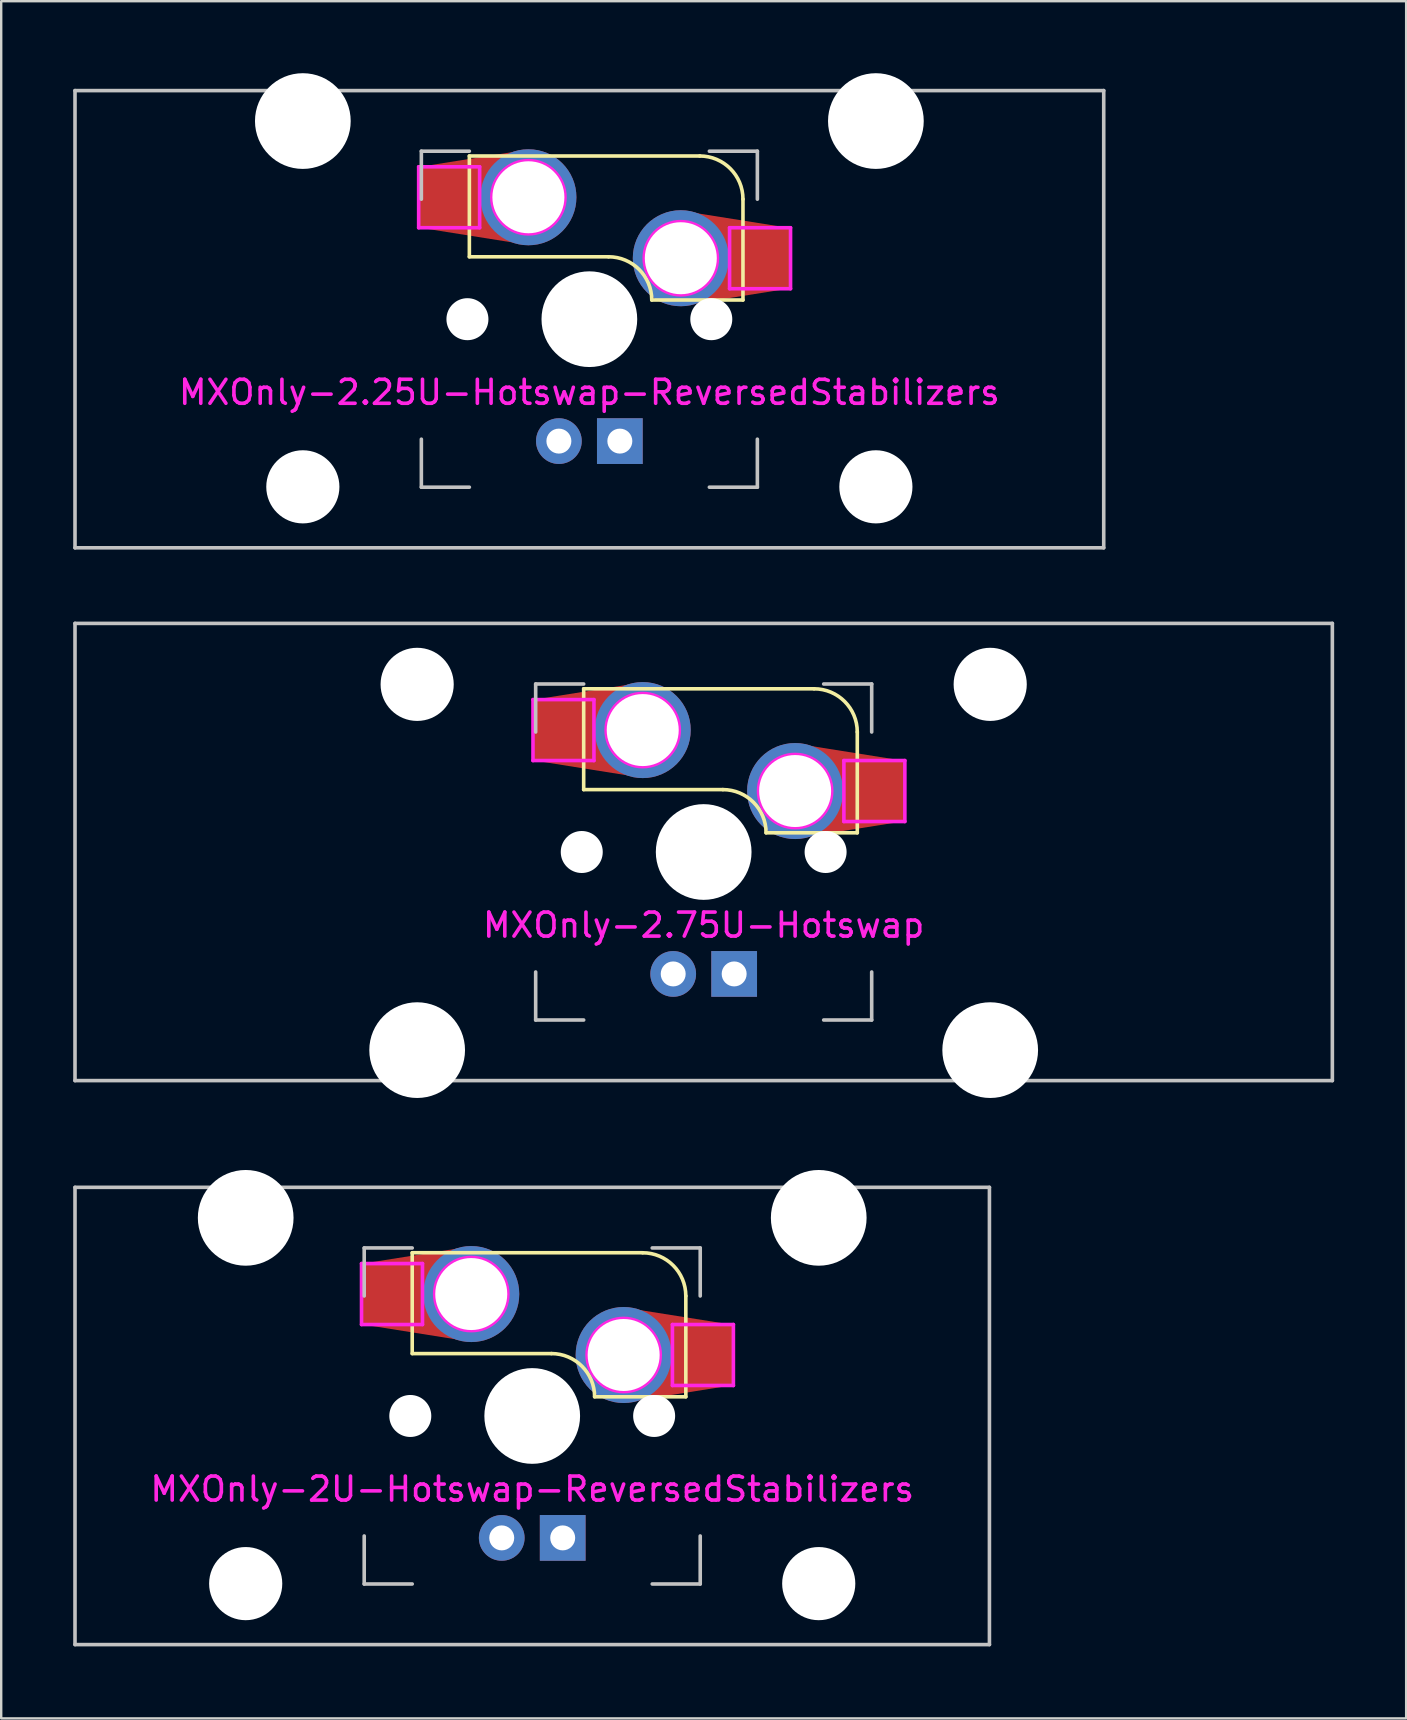
<source format=kicad_pcb>
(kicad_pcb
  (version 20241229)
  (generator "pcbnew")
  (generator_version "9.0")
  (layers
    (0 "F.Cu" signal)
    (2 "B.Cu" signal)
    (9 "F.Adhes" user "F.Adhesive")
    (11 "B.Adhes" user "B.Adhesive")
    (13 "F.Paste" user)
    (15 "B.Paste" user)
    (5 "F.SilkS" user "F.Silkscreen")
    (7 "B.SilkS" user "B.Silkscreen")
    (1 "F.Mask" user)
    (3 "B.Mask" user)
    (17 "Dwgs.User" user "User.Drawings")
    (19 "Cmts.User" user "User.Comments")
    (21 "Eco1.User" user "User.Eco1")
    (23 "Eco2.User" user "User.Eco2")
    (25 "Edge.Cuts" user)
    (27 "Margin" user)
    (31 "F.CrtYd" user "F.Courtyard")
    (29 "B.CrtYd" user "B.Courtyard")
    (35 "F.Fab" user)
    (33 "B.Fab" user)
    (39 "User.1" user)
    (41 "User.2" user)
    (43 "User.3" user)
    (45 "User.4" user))
  (footprint "MXOnly-2.75U-Hotswap"
    (layer "F.Cu")
    (at 26.269 32.449)
    (property "Reference" "MXOnly-2.75U-Hotswap" (at 0 3.048 180) (layer "F.CrtYd") (effects (font (size 1 1) (thickness 0.15))))
    (attr smd)
    (fp_line (start -5 -6.8) (end 4.6 -6.8) (stroke (width 0.15) (type solid)) (layer "F.SilkS"))
    (fp_line (start -5 -2.6) (end -5 -6.8) (stroke (width 0.15) (type solid)) (layer "F.SilkS"))
    (fp_line (start 0.8 -2.6) (end -5 -2.6) (stroke (width 0.15) (type solid)) (layer "F.SilkS"))
    (fp_line (start 6.4 -5) (end 6.4 -0.8) (stroke (width 0.15) (type solid)) (layer "F.SilkS"))
    (fp_line (start 6.4 -0.8) (end 2.6 -0.8) (stroke (width 0.15) (type solid)) (layer "F.SilkS"))
    (fp_arc (start 0.8 -2.6) (mid 2.072792 -2.072792) (end 2.6 -0.8) (stroke (width 0.15) (type solid)) (layer "F.SilkS"))
    (fp_arc (start 4.6 -6.8) (mid 5.872792 -6.272792) (end 6.4 -5) (stroke (width 0.15) (type solid)) (layer "F.SilkS"))
    (fp_poly (pts (xy -5.08 -3.493) (xy -7.112 -3.81) (xy -7.112 -6.35) (xy -5.08 -6.668)) (stroke (width 0.1) (type solid)) (fill yes) (layer "F.Paste"))
    (fp_poly (pts (xy 6.477 -4.064) (xy 8.509 -3.747) (xy 8.509 -1.206) (xy 6.477 -0.889)) (stroke (width 0.1) (type solid)) (fill yes) (layer "F.Paste"))
    (fp_line (start -26.194 -9.525) (end 26.194 -9.525) (stroke (width 0.15) (type solid)) (layer "Dwgs.User"))
    (fp_line (start -26.194 9.525) (end -26.194 -9.525) (stroke (width 0.15) (type solid)) (layer "Dwgs.User"))
    (fp_line (start -7 -7) (end -7 -5) (stroke (width 0.15) (type solid)) (layer "Dwgs.User"))
    (fp_line (start -7 7) (end -7 5) (stroke (width 0.15) (type solid)) (layer "Dwgs.User"))
    (fp_line (start -5 -7) (end -7 -7) (stroke (width 0.15) (type solid)) (layer "Dwgs.User"))
    (fp_line (start -5 7) (end -7 7) (stroke (width 0.15) (type solid)) (layer "Dwgs.User"))
    (fp_line (start 5 -7) (end 7 -7) (stroke (width 0.15) (type solid)) (layer "Dwgs.User"))
    (fp_line (start 7 -7) (end 7 -5) (stroke (width 0.15) (type solid)) (layer "Dwgs.User"))
    (fp_line (start 7 5) (end 7 7) (stroke (width 0.15) (type solid)) (layer "Dwgs.User"))
    (fp_line (start 7 7) (end 5 7) (stroke (width 0.15) (type solid)) (layer "Dwgs.User"))
    (fp_line (start 26.194 -9.525) (end 26.194 9.525) (stroke (width 0.15) (type solid)) (layer "Dwgs.User"))
    (fp_line (start 26.194 9.525) (end -26.194 9.525) (stroke (width 0.15) (type solid)) (layer "Dwgs.User"))
    (fp_line (start -7.112 -6.35) (end -7.112 -3.81) (stroke (width 0.15) (type solid)) (layer "F.CrtYd"))
    (fp_line (start -7.112 -3.81) (end -4.572 -3.81) (stroke (width 0.15) (type solid)) (layer "F.CrtYd"))
    (fp_line (start -4.572 -6.35) (end -7.112 -6.35) (stroke (width 0.15) (type solid)) (layer "F.CrtYd"))
    (fp_line (start -4.572 -3.81) (end -4.572 -6.35) (stroke (width 0.15) (type solid)) (layer "F.CrtYd"))
    (fp_line (start 5.842 -3.81) (end 5.842 -1.27) (stroke (width 0.15) (type solid)) (layer "F.CrtYd"))
    (fp_line (start 5.842 -1.27) (end 8.382 -1.27) (stroke (width 0.15) (type solid)) (layer "F.CrtYd"))
    (fp_line (start 8.382 -3.81) (end 5.842 -3.81) (stroke (width 0.15) (type solid)) (layer "F.CrtYd"))
    (fp_line (start 8.382 -1.27) (end 8.382 -3.81) (stroke (width 0.15) (type solid)) (layer "F.CrtYd"))
    (fp_circle (center -2.54 -5.08) (end -2.54 -6.604) (stroke (width 0.15) (type solid)) (fill no) (layer "F.CrtYd"))
    (fp_circle (center 3.81 -2.54) (end 3.81 -4.064) (stroke (width 0.15) (type solid)) (fill no) (layer "F.CrtYd"))
    (pad "" np_thru_hole circle (at -11.938 -6.985) (size 3.048 3.048) (drill 3.048) (layers "*.Cu" "*.Mask"))
    (pad "" np_thru_hole circle (at -11.938 8.255) (size 3.988 3.988) (drill 3.988) (layers "*.Cu" "*.Mask"))
    (pad "" np_thru_hole circle (at -5.08 0 131.9) (size 1.75 1.75) (drill 1.75) (layers "*.Cu" "*.Mask"))
    (pad "" np_thru_hole circle (at 0 0 180) (size 3.988 3.988) (drill 3.988) (layers "*.Cu" "*.Mask"))
    (pad "" np_thru_hole circle (at 5.08 0 131.9) (size 1.75 1.75) (drill 1.75) (layers "*.Cu" "*.Mask"))
    (pad "" np_thru_hole circle (at 11.938 -6.985) (size 3.048 3.048) (drill 3.048) (layers "*.Cu" "*.Mask"))
    (pad "" np_thru_hole circle (at 11.938 8.255) (size 3.988 3.988) (drill 3.988) (layers "*.Cu" "*.Mask"))
    (pad "1" thru_hole circle (at 3.81 -2.54 180) (size 4 4) (drill 3) (layers "*.Cu" "F.Mask"))
    (pad "1" smd custom (at 7.085 -2.54 180) (size 2.55 2.5) (layers "F.Cu" "F.Mask") (options (anchor rect)) (primitives (gr_poly (pts (xy -1.195 1.219) (xy 3.275 1.93) (xy 3.275 -1.93) (xy -1.195 -1.219)) (width 0.1) (fill yes))))
    (pad "2" smd custom (at -5.841 -5.08 180) (size 2.55 2.5) (layers "F.Cu" "F.Mask") (options (anchor rect)) (primitives (gr_poly (pts (xy 1.219 -1.219) (xy -3.251 -1.93) (xy -3.251 1.93) (xy 1.219 1.219)) (width 0.1) (fill yes))))
    (pad "2" thru_hole circle (at -2.54 -5.08 180) (size 4 4) (drill 3) (layers "*.Cu" "F.Mask"))
    (pad "3" thru_hole circle (at -1.27 5.08) (size 1.905 1.905) (drill 1.04) (layers "*.Cu" "F.Mask"))
    (pad "4" thru_hole rect (at 1.27 5.08) (size 1.905 1.905) (drill 1.04) (layers "*.Cu" "F.Mask")))
  (footprint "MXOnly-2.25U-Hotswap-ReversedStabilizers"
    (layer "F.Cu")
    (at 21.506 10.249)
    (property "Reference" "MXOnly-2.25U-Hotswap-ReversedStabilizers" (at 0 3.048 180) (layer "F.CrtYd") (effects (font (size 1 1) (thickness 0.15))))
    (attr smd)
    (fp_line (start -5 -6.8) (end 4.6 -6.8) (stroke (width 0.15) (type solid)) (layer "F.SilkS"))
    (fp_line (start -5 -2.6) (end -5 -6.8) (stroke (width 0.15) (type solid)) (layer "F.SilkS"))
    (fp_line (start 0.8 -2.6) (end -5 -2.6) (stroke (width 0.15) (type solid)) (layer "F.SilkS"))
    (fp_line (start 6.4 -5) (end 6.4 -0.8) (stroke (width 0.15) (type solid)) (layer "F.SilkS"))
    (fp_line (start 6.4 -0.8) (end 2.6 -0.8) (stroke (width 0.15) (type solid)) (layer "F.SilkS"))
    (fp_arc (start 0.8 -2.6) (mid 2.072792 -2.072792) (end 2.6 -0.8) (stroke (width 0.15) (type solid)) (layer "F.SilkS"))
    (fp_arc (start 4.6 -6.8) (mid 5.872792 -6.272792) (end 6.4 -5) (stroke (width 0.15) (type solid)) (layer "F.SilkS"))
    (fp_poly (pts (xy -5.08 -3.493) (xy -7.112 -3.81) (xy -7.112 -6.35) (xy -5.08 -6.668)) (stroke (width 0.1) (type solid)) (fill yes) (layer "F.Paste"))
    (fp_poly (pts (xy 6.477 -4.064) (xy 8.509 -3.747) (xy 8.509 -1.206) (xy 6.477 -0.889)) (stroke (width 0.1) (type solid)) (fill yes) (layer "F.Paste"))
    (fp_line (start -21.431 -9.525) (end 21.431 -9.525) (stroke (width 0.15) (type solid)) (layer "Dwgs.User"))
    (fp_line (start -21.431 9.525) (end -21.431 -9.525) (stroke (width 0.15) (type solid)) (layer "Dwgs.User"))
    (fp_line (start -7 -7) (end -7 -5) (stroke (width 0.15) (type solid)) (layer "Dwgs.User"))
    (fp_line (start -7 7) (end -7 5) (stroke (width 0.15) (type solid)) (layer "Dwgs.User"))
    (fp_line (start -5 -7) (end -7 -7) (stroke (width 0.15) (type solid)) (layer "Dwgs.User"))
    (fp_line (start -5 7) (end -7 7) (stroke (width 0.15) (type solid)) (layer "Dwgs.User"))
    (fp_line (start 5 -7) (end 7 -7) (stroke (width 0.15) (type solid)) (layer "Dwgs.User"))
    (fp_line (start 7 -7) (end 7 -5) (stroke (width 0.15) (type solid)) (layer "Dwgs.User"))
    (fp_line (start 7 5) (end 7 7) (stroke (width 0.15) (type solid)) (layer "Dwgs.User"))
    (fp_line (start 7 7) (end 5 7) (stroke (width 0.15) (type solid)) (layer "Dwgs.User"))
    (fp_line (start 21.431 -9.525) (end 21.431 9.525) (stroke (width 0.15) (type solid)) (layer "Dwgs.User"))
    (fp_line (start 21.431 9.525) (end -21.431 9.525) (stroke (width 0.15) (type solid)) (layer "Dwgs.User"))
    (fp_line (start -7.112 -6.35) (end -7.112 -3.81) (stroke (width 0.15) (type solid)) (layer "F.CrtYd"))
    (fp_line (start -7.112 -3.81) (end -4.572 -3.81) (stroke (width 0.15) (type solid)) (layer "F.CrtYd"))
    (fp_line (start -4.572 -6.35) (end -7.112 -6.35) (stroke (width 0.15) (type solid)) (layer "F.CrtYd"))
    (fp_line (start -4.572 -3.81) (end -4.572 -6.35) (stroke (width 0.15) (type solid)) (layer "F.CrtYd"))
    (fp_line (start 5.842 -3.81) (end 5.842 -1.27) (stroke (width 0.15) (type solid)) (layer "F.CrtYd"))
    (fp_line (start 5.842 -1.27) (end 8.382 -1.27) (stroke (width 0.15) (type solid)) (layer "F.CrtYd"))
    (fp_line (start 8.382 -3.81) (end 5.842 -3.81) (stroke (width 0.15) (type solid)) (layer "F.CrtYd"))
    (fp_line (start 8.382 -1.27) (end 8.382 -3.81) (stroke (width 0.15) (type solid)) (layer "F.CrtYd"))
    (fp_circle (center -2.54 -5.08) (end -2.54 -6.604) (stroke (width 0.15) (type solid)) (fill no) (layer "F.CrtYd"))
    (fp_circle (center 3.81 -2.54) (end 3.81 -4.064) (stroke (width 0.15) (type solid)) (fill no) (layer "F.CrtYd"))
    (pad "" np_thru_hole circle (at -11.938 -8.255) (size 3.988 3.988) (drill 3.988) (layers "*.Cu" "*.Mask"))
    (pad "" np_thru_hole circle (at -11.938 6.985) (size 3.048 3.048) (drill 3.048) (layers "*.Cu" "*.Mask"))
    (pad "" np_thru_hole circle (at -5.08 0 131.9) (size 1.75 1.75) (drill 1.75) (layers "*.Cu" "*.Mask"))
    (pad "" np_thru_hole circle (at 0 0 180) (size 3.988 3.988) (drill 3.988) (layers "*.Cu" "*.Mask"))
    (pad "" np_thru_hole circle (at 5.08 0 131.9) (size 1.75 1.75) (drill 1.75) (layers "*.Cu" "*.Mask"))
    (pad "" np_thru_hole circle (at 11.938 -8.255) (size 3.988 3.988) (drill 3.988) (layers "*.Cu" "*.Mask"))
    (pad "" np_thru_hole circle (at 11.938 6.985) (size 3.048 3.048) (drill 3.048) (layers "*.Cu" "*.Mask"))
    (pad "1" thru_hole circle (at 3.81 -2.54 180) (size 4 4) (drill 3) (layers "*.Cu" "F.Mask"))
    (pad "1" smd custom (at 7.085 -2.54 180) (size 2.55 2.5) (layers "F.Cu" "F.Mask") (options (anchor rect)) (primitives (gr_poly (pts (xy -1.195 1.219) (xy 3.275 1.93) (xy 3.275 -1.93) (xy -1.195 -1.219)) (width 0.1) (fill yes))))
    (pad "2" smd custom (at -5.841 -5.08 180) (size 2.55 2.5) (layers "F.Cu" "F.Mask") (options (anchor rect)) (primitives (gr_poly (pts (xy 1.219 -1.219) (xy -3.251 -1.93) (xy -3.251 1.93) (xy 1.219 1.219)) (width 0.1) (fill yes))))
    (pad "2" thru_hole circle (at -2.54 -5.08 180) (size 4 4) (drill 3) (layers "*.Cu" "F.Mask"))
    (pad "3" thru_hole circle (at -1.27 5.08) (size 1.905 1.905) (drill 1.04) (layers "*.Cu" "F.Mask"))
    (pad "4" thru_hole rect (at 1.27 5.08) (size 1.905 1.905) (drill 1.04) (layers "*.Cu" "F.Mask")))
  (footprint "MXOnly-2U-Hotswap-ReversedStabilizers"
    (layer "F.Cu")
    (at 19.125 55.947)
    (property "Reference" "MXOnly-2U-Hotswap-ReversedStabilizers" (at 0 3.048 180) (layer "F.CrtYd") (effects (font (size 1 1) (thickness 0.15))))
    (attr smd)
    (fp_line (start -5 -6.8) (end 4.6 -6.8) (stroke (width 0.15) (type solid)) (layer "F.SilkS"))
    (fp_line (start -5 -2.6) (end -5 -6.8) (stroke (width 0.15) (type solid)) (layer "F.SilkS"))
    (fp_line (start 0.8 -2.6) (end -5 -2.6) (stroke (width 0.15) (type solid)) (layer "F.SilkS"))
    (fp_line (start 6.4 -5) (end 6.4 -0.8) (stroke (width 0.15) (type solid)) (layer "F.SilkS"))
    (fp_line (start 6.4 -0.8) (end 2.6 -0.8) (stroke (width 0.15) (type solid)) (layer "F.SilkS"))
    (fp_arc (start 0.8 -2.6) (mid 2.072792 -2.072792) (end 2.6 -0.8) (stroke (width 0.15) (type solid)) (layer "F.SilkS"))
    (fp_arc (start 4.6 -6.8) (mid 5.872792 -6.272792) (end 6.4 -5) (stroke (width 0.15) (type solid)) (layer "F.SilkS"))
    (fp_poly (pts (xy -5.08 -3.493) (xy -7.112 -3.81) (xy -7.112 -6.35) (xy -5.08 -6.668)) (stroke (width 0.1) (type solid)) (fill yes) (layer "F.Paste"))
    (fp_poly (pts (xy 6.477 -4.064) (xy 8.509 -3.747) (xy 8.509 -1.206) (xy 6.477 -0.889)) (stroke (width 0.1) (type solid)) (fill yes) (layer "F.Paste"))
    (fp_line (start -19.05 -9.525) (end 19.05 -9.525) (stroke (width 0.15) (type solid)) (layer "Dwgs.User"))
    (fp_line (start -19.05 9.525) (end -19.05 -9.525) (stroke (width 0.15) (type solid)) (layer "Dwgs.User"))
    (fp_line (start -7 -7) (end -7 -5) (stroke (width 0.15) (type solid)) (layer "Dwgs.User"))
    (fp_line (start -7 7) (end -7 5) (stroke (width 0.15) (type solid)) (layer "Dwgs.User"))
    (fp_line (start -5 -7) (end -7 -7) (stroke (width 0.15) (type solid)) (layer "Dwgs.User"))
    (fp_line (start -5 7) (end -7 7) (stroke (width 0.15) (type solid)) (layer "Dwgs.User"))
    (fp_line (start 5 -7) (end 7 -7) (stroke (width 0.15) (type solid)) (layer "Dwgs.User"))
    (fp_line (start 7 -7) (end 7 -5) (stroke (width 0.15) (type solid)) (layer "Dwgs.User"))
    (fp_line (start 7 5) (end 7 7) (stroke (width 0.15) (type solid)) (layer "Dwgs.User"))
    (fp_line (start 7 7) (end 5 7) (stroke (width 0.15) (type solid)) (layer "Dwgs.User"))
    (fp_line (start 19.05 -9.525) (end 19.05 9.525) (stroke (width 0.15) (type solid)) (layer "Dwgs.User"))
    (fp_line (start 19.05 9.525) (end -19.05 9.525) (stroke (width 0.15) (type solid)) (layer "Dwgs.User"))
    (fp_line (start -7.112 -6.35) (end -7.112 -3.81) (stroke (width 0.15) (type solid)) (layer "F.CrtYd"))
    (fp_line (start -7.112 -3.81) (end -4.572 -3.81) (stroke (width 0.15) (type solid)) (layer "F.CrtYd"))
    (fp_line (start -4.572 -6.35) (end -7.112 -6.35) (stroke (width 0.15) (type solid)) (layer "F.CrtYd"))
    (fp_line (start -4.572 -3.81) (end -4.572 -6.35) (stroke (width 0.15) (type solid)) (layer "F.CrtYd"))
    (fp_line (start 5.842 -3.81) (end 5.842 -1.27) (stroke (width 0.15) (type solid)) (layer "F.CrtYd"))
    (fp_line (start 5.842 -1.27) (end 8.382 -1.27) (stroke (width 0.15) (type solid)) (layer "F.CrtYd"))
    (fp_line (start 8.382 -3.81) (end 5.842 -3.81) (stroke (width 0.15) (type solid)) (layer "F.CrtYd"))
    (fp_line (start 8.382 -1.27) (end 8.382 -3.81) (stroke (width 0.15) (type solid)) (layer "F.CrtYd"))
    (fp_circle (center -2.54 -5.08) (end -2.54 -6.604) (stroke (width 0.15) (type solid)) (fill no) (layer "F.CrtYd"))
    (fp_circle (center 3.81 -2.54) (end 3.81 -4.064) (stroke (width 0.15) (type solid)) (fill no) (layer "F.CrtYd"))
    (pad "" np_thru_hole circle (at -11.938 -8.255) (size 3.988 3.988) (drill 3.988) (layers "*.Cu" "*.Mask"))
    (pad "" np_thru_hole circle (at -11.938 6.985) (size 3.048 3.048) (drill 3.048) (layers "*.Cu" "*.Mask"))
    (pad "" np_thru_hole circle (at -5.08 0 131.9) (size 1.75 1.75) (drill 1.75) (layers "*.Cu" "*.Mask"))
    (pad "" np_thru_hole circle (at 0 0 180) (size 3.988 3.988) (drill 3.988) (layers "*.Cu" "*.Mask"))
    (pad "" np_thru_hole circle (at 5.08 0 131.9) (size 1.75 1.75) (drill 1.75) (layers "*.Cu" "*.Mask"))
    (pad "" np_thru_hole circle (at 11.938 -8.255) (size 3.988 3.988) (drill 3.988) (layers "*.Cu" "*.Mask"))
    (pad "" np_thru_hole circle (at 11.938 6.985) (size 3.048 3.048) (drill 3.048) (layers "*.Cu" "*.Mask"))
    (pad "1" thru_hole circle (at 3.81 -2.54 180) (size 4 4) (drill 3) (layers "*.Cu" "F.Mask"))
    (pad "1" smd custom (at 7.085 -2.54 180) (size 2.55 2.5) (layers "F.Cu" "F.Mask") (options (anchor rect)) (primitives (gr_poly (pts (xy -1.195 1.219) (xy 3.275 1.93) (xy 3.275 -1.93) (xy -1.195 -1.219)) (width 0.1) (fill yes))))
    (pad "2" smd custom (at -5.841 -5.08 180) (size 2.55 2.5) (layers "F.Cu" "F.Mask") (options (anchor rect)) (primitives (gr_poly (pts (xy 1.219 -1.219) (xy -3.251 -1.93) (xy -3.251 1.93) (xy 1.219 1.219)) (width 0.1) (fill yes))))
    (pad "2" thru_hole circle (at -2.54 -5.08 180) (size 4 4) (drill 3) (layers "*.Cu" "F.Mask"))
    (pad "3" thru_hole circle (at -1.27 5.08) (size 1.905 1.905) (drill 1.04) (layers "*.Cu" "F.Mask"))
    (pad "4" thru_hole rect (at 1.27 5.08) (size 1.905 1.905) (drill 1.04) (layers "*.Cu" "F.Mask")))
  (gr_rect
    (start -3 -3)
    (end 55.538 68.547)
    (stroke (width 0.1) (type default))
    (fill no)
    (layer "Edge.Cuts")))
</source>
